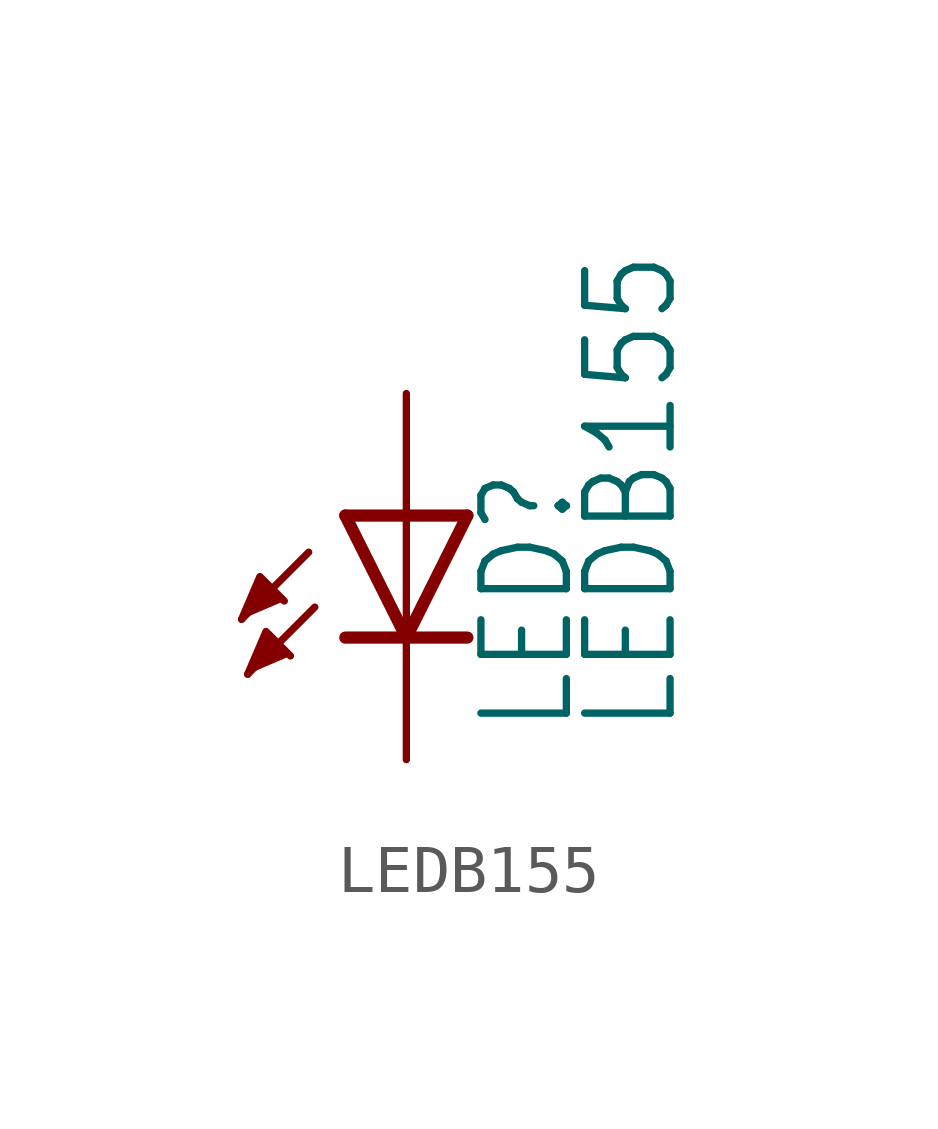
<source format=kicad_sym>
(kicad_symbol_lib
  (version 20211014)
  (generator kicad_symbol_editor)
  (symbol "LEDB155"
    (property "Reference" "LED"
      (at 3.556 -4.572 90)
      (effects (font (size 1.778 1.511)) (justify left bottom)))
    (property "Value" "LEDB155"
      (at 5.715 -4.572 90)
      (effects (font (size 1.778 1.511)) (justify left bottom)))
    (property "ki_locked" ""
      (at 0 0 0)
      (effects (font (size 1.27 1.27))))
    (symbol "LEDB155_1_0"
      (polyline (pts (xy -2.032 -0.762) (xy -3.429 -2.159)) (stroke (width 0.152) (type default) (color 0 0 0 0)) (fill (type none)))
      (polyline (pts (xy -1.905 -1.905) (xy -3.302 -3.302)) (stroke (width 0.152) (type default) (color 0 0 0 0)) (fill (type none)))
      (polyline (pts (xy 0 -2.54) (xy -1.27 -2.54)) (stroke (width 0.254) (type default) (color 0 0 0 0)) (fill (type none)))
      (polyline (pts (xy 0 -2.54) (xy -1.27 0)) (stroke (width 0.254) (type default) (color 0 0 0 0)) (fill (type none)))
      (polyline (pts (xy 0 0) (xy -1.27 0)) (stroke (width 0.254) (type default) (color 0 0 0 0)) (fill (type none)))
      (polyline (pts (xy 0 0) (xy 0 -2.54)) (stroke (width 0.152) (type default) (color 0 0 0 0)) (fill (type none)))
      (polyline (pts (xy 1.27 -2.54) (xy 0 -2.54)) (stroke (width 0.254) (type default) (color 0 0 0 0)) (fill (type none)))
      (polyline (pts (xy 1.27 0) (xy 0 -2.54)) (stroke (width 0.254) (type default) (color 0 0 0 0)) (fill (type none)))
      (polyline (pts (xy 1.27 0) (xy 0 0)) (stroke (width 0.254) (type default) (color 0 0 0 0)) (fill (type none)))
      (polyline (pts (xy -3.429 -2.159) (xy -3.048 -1.27) (xy -2.54 -1.778)) (stroke (width 0) (type default) (color 0 0 0 0)) (fill (type outline)))
      (polyline (pts (xy -3.302 -3.302) (xy -2.921 -2.413) (xy -2.413 -2.921)) (stroke (width 0) (type default) (color 0 0 0 0)) (fill (type outline)))
      (pin passive line (at 0 2.54 270) (length 2.54) (name "A" (effects (font (size 0 0)))) (number "A" (effects (font (size 0 0)))))
      (pin passive line (at 0 -5.08 90) (length 2.54) (name "C" (effects (font (size 0 0)))) (number "K" (effects (font (size 0 0))))))))
</source>
